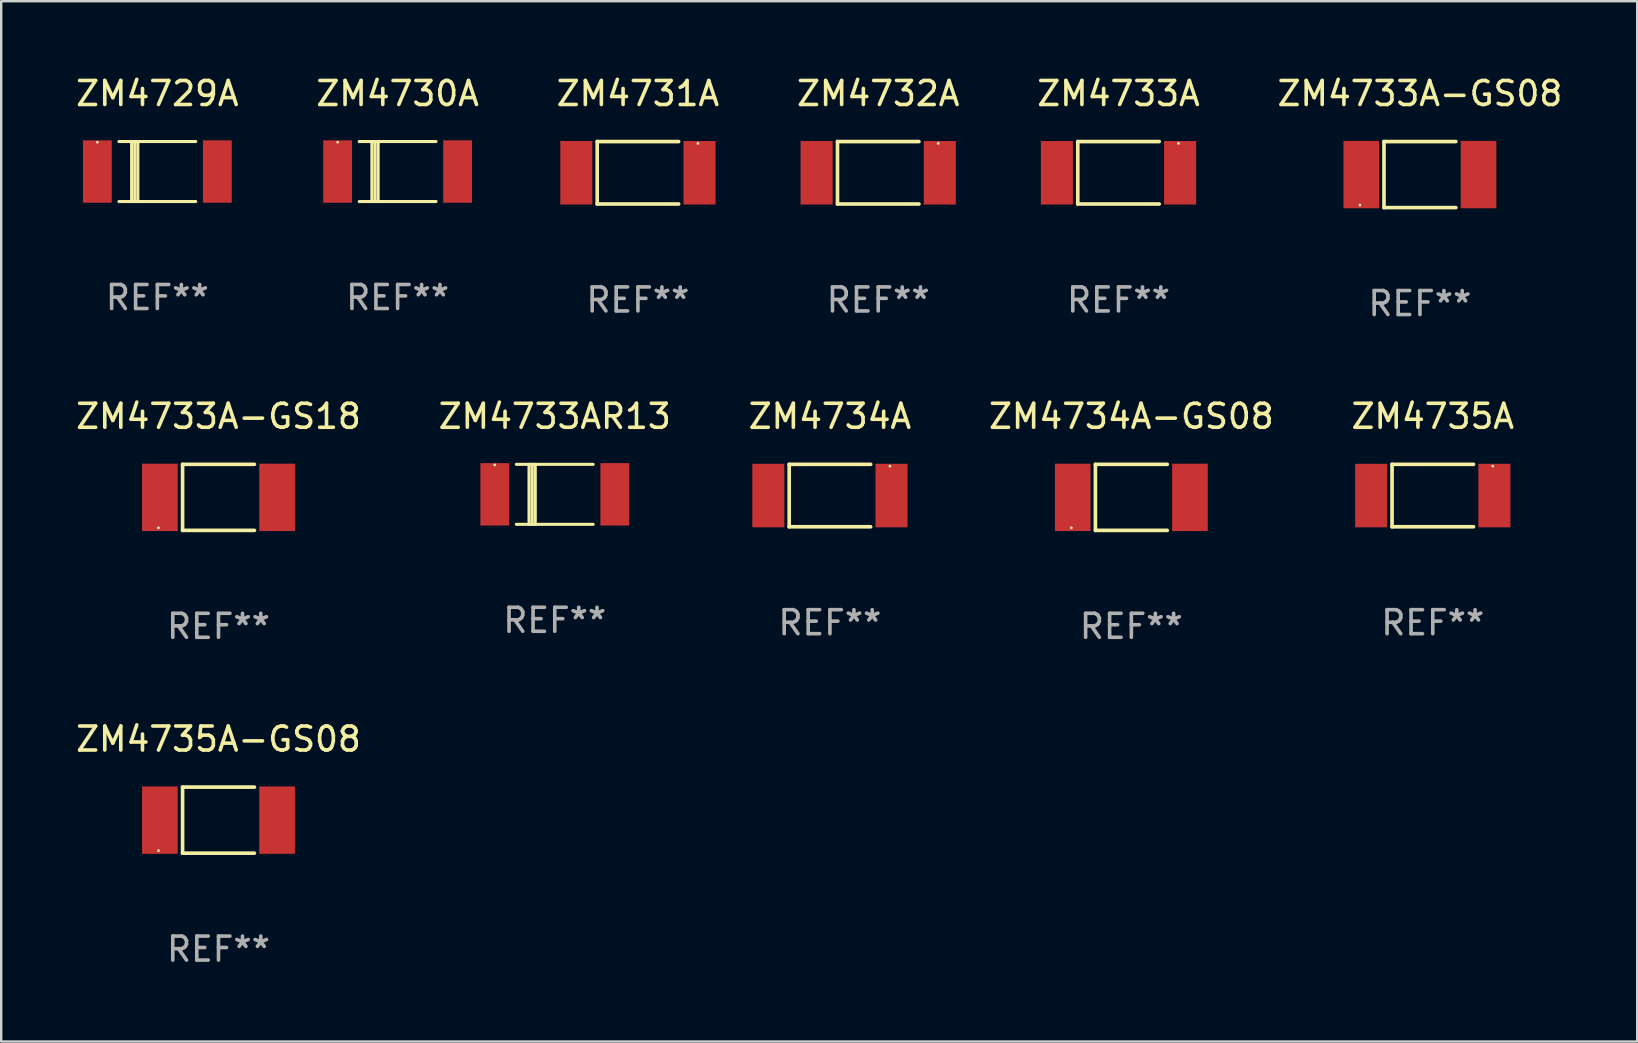
<source format=kicad_pcb>
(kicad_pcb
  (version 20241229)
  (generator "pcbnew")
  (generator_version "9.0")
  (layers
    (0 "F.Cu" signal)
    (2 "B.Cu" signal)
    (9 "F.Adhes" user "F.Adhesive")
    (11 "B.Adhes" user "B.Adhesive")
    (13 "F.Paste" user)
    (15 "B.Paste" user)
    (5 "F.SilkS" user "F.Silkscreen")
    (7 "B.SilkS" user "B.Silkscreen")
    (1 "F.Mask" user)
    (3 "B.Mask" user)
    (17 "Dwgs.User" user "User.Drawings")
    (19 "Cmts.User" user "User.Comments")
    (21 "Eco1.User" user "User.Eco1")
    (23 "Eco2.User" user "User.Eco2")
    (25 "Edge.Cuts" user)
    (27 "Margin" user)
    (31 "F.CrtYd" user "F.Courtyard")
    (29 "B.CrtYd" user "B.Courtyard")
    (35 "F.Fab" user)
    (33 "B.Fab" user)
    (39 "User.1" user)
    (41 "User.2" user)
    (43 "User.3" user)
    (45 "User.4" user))
  (footprint "ZM4733A-GS08"
    (layer "F.Cu")
    (at 56.113 4.224)
    (property "Reference" "ZM4733A-GS08" (at 0 -3.376 0) (layer "F.SilkS") (effects (font (size 1 1) (thickness 0.15))))
    (attr through_hole)
    (fp_line (start -1.497 -1.376) (end -1.497 1.376) (stroke (width 0.152) (type solid)) (layer "F.SilkS"))
    (fp_line (start -1.497 -1.376) (end 1.497 -1.376) (stroke (width 0.152) (type solid)) (layer "F.SilkS"))
    (fp_line (start -1.497 1.376) (end 1.497 1.376) (stroke (width 0.152) (type solid)) (layer "F.SilkS"))
    (fp_circle (center -2.5 1.27) (end -2.47 1.27) (stroke (width 0.06) (type solid)) (fill no) (layer "F.SilkS"))
    (fp_text user "REF**" (at 0 5.376 0) (layer "F.Fab") (effects (font (size 1 1) (thickness 0.15))))
    (pad "1" smd rect (at -2.442 0 180) (size 1.485 2.808) (layers "F.Cu" "F.Mask" "F.Paste"))
    (pad "2" smd rect (at 2.442 0 180) (size 1.485 2.808) (layers "F.Cu" "F.Mask" "F.Paste")))
  (footprint "ZM4735A-GS08"
    (layer "F.Cu")
    (at 6.054 31.122)
    (property "Reference" "ZM4735A-GS08" (at 0 -3.376 0) (layer "F.SilkS") (effects (font (size 1 1) (thickness 0.15))))
    (attr through_hole)
    (fp_line (start -1.497 -1.376) (end -1.497 1.376) (stroke (width 0.152) (type solid)) (layer "F.SilkS"))
    (fp_line (start -1.497 -1.376) (end 1.497 -1.376) (stroke (width 0.152) (type solid)) (layer "F.SilkS"))
    (fp_line (start -1.497 1.376) (end 1.497 1.376) (stroke (width 0.152) (type solid)) (layer "F.SilkS"))
    (fp_circle (center -2.5 1.27) (end -2.47 1.27) (stroke (width 0.06) (type solid)) (fill no) (layer "F.SilkS"))
    (fp_text user "REF**" (at 0 5.376 0) (layer "F.Fab") (effects (font (size 1 1) (thickness 0.15))))
    (pad "1" smd rect (at -2.442 0 180) (size 1.485 2.808) (layers "F.Cu" "F.Mask" "F.Paste"))
    (pad "2" smd rect (at 2.442 0 180) (size 1.485 2.808) (layers "F.Cu" "F.Mask" "F.Paste")))
  (footprint "ZM4735A"
    (layer "F.Cu")
    (at 56.649 17.598)
    (property "Reference" "ZM4735A" (at 0 -3.301 0) (layer "F.SilkS") (effects (font (size 1 1) (thickness 0.15))))
    (attr through_hole)
    (fp_line (start -1.697 -1.301) (end -1.697 1.301) (stroke (width 0.152) (type solid)) (layer "F.SilkS"))
    (fp_line (start -1.697 -1.301) (end 1.697 -1.301) (stroke (width 0.152) (type solid)) (layer "F.SilkS"))
    (fp_line (start -1.697 1.301) (end 1.697 1.301) (stroke (width 0.152) (type solid)) (layer "F.SilkS"))
    (fp_circle (center 2.5 -1.225) (end 2.53 -1.225) (stroke (width 0.06) (type solid)) (fill no) (layer "F.SilkS"))
    (fp_text user "REF**" (at 0 5.301 0) (layer "F.Fab") (effects (font (size 1 1) (thickness 0.15))))
    (pad "1" smd rect (at 2.567 0) (size 1.335 2.646) (layers "F.Cu" "F.Mask" "F.Paste"))
    (pad "2" smd rect (at -2.567 0) (size 1.335 2.646) (layers "F.Cu" "F.Mask" "F.Paste")))
  (footprint "ZM4733AR13"
    (layer "F.Cu")
    (at 20.065 17.547)
    (property "Reference" "ZM4733AR13" (at 0 -3.25 0) (layer "F.SilkS") (effects (font (size 1 1) (thickness 0.15))))
    (attr through_hole)
    (fp_line (start -1.6 -1.25) (end 1.6 -1.25) (stroke (width 0.129) (type solid)) (layer "F.SilkS"))
    (fp_line (start -1.6 1.25) (end 1.6 1.25) (stroke (width 0.129) (type solid)) (layer "F.SilkS"))
    (fp_line (start -1.072 -1.25) (end -1.072 1.25) (stroke (width 0.129) (type solid)) (layer "F.SilkS"))
    (fp_line (start -0.942 -1.25) (end -0.942 1.25) (stroke (width 0.129) (type solid)) (layer "F.SilkS"))
    (fp_line (start -0.813 -1.25) (end -0.813 1.25) (stroke (width 0.129) (type solid)) (layer "F.SilkS"))
    (fp_circle (center -2.5 -1.225) (end -2.47 -1.225) (stroke (width 0.06) (type solid)) (fill no) (layer "F.SilkS"))
    (fp_text user "REF**" (at 0 5.25 0) (layer "F.Fab") (effects (font (size 1 1) (thickness 0.15))))
    (pad "1" smd rect (at -2.5 0 180) (size 1.2 2.6) (layers "F.Cu" "F.Mask" "F.Paste"))
    (pad "2" smd rect (at 2.5 0 180) (size 1.2 2.6) (layers "F.Cu" "F.Mask" "F.Paste")))
  (footprint "ZM4733A-GS18"
    (layer "F.Cu")
    (at 6.054 17.673)
    (property "Reference" "ZM4733A-GS18" (at 0 -3.376 0) (layer "F.SilkS") (effects (font (size 1 1) (thickness 0.15))))
    (attr through_hole)
    (fp_line (start -1.497 -1.376) (end -1.497 1.376) (stroke (width 0.152) (type solid)) (layer "F.SilkS"))
    (fp_line (start -1.497 -1.376) (end 1.497 -1.376) (stroke (width 0.152) (type solid)) (layer "F.SilkS"))
    (fp_line (start -1.497 1.376) (end 1.497 1.376) (stroke (width 0.152) (type solid)) (layer "F.SilkS"))
    (fp_circle (center -2.5 1.27) (end -2.47 1.27) (stroke (width 0.06) (type solid)) (fill no) (layer "F.SilkS"))
    (fp_text user "REF**" (at 0 5.376 0) (layer "F.Fab") (effects (font (size 1 1) (thickness 0.15))))
    (pad "1" smd rect (at -2.442 0 180) (size 1.485 2.808) (layers "F.Cu" "F.Mask" "F.Paste"))
    (pad "2" smd rect (at 2.442 0 180) (size 1.485 2.808) (layers "F.Cu" "F.Mask" "F.Paste")))
  (footprint "ZM4734A"
    (layer "F.Cu")
    (at 31.53 17.598)
    (property "Reference" "ZM4734A" (at 0 -3.301 0) (layer "F.SilkS") (effects (font (size 1 1) (thickness 0.15))))
    (attr through_hole)
    (fp_line (start -1.697 -1.301) (end -1.697 1.301) (stroke (width 0.152) (type solid)) (layer "F.SilkS"))
    (fp_line (start -1.697 -1.301) (end 1.697 -1.301) (stroke (width 0.152) (type solid)) (layer "F.SilkS"))
    (fp_line (start -1.697 1.301) (end 1.697 1.301) (stroke (width 0.152) (type solid)) (layer "F.SilkS"))
    (fp_circle (center 2.5 -1.225) (end 2.53 -1.225) (stroke (width 0.06) (type solid)) (fill no) (layer "F.SilkS"))
    (fp_text user "REF**" (at 0 5.301 0) (layer "F.Fab") (effects (font (size 1 1) (thickness 0.15))))
    (pad "1" smd rect (at 2.567 0) (size 1.335 2.646) (layers "F.Cu" "F.Mask" "F.Paste"))
    (pad "2" smd rect (at -2.567 0) (size 1.335 2.646) (layers "F.Cu" "F.Mask" "F.Paste")))
  (footprint "ZM4733A"
    (layer "F.Cu")
    (at 43.554 4.149)
    (property "Reference" "ZM4733A" (at 0 -3.301 0) (layer "F.SilkS") (effects (font (size 1 1) (thickness 0.15))))
    (attr through_hole)
    (fp_line (start -1.697 -1.301) (end -1.697 1.301) (stroke (width 0.152) (type solid)) (layer "F.SilkS"))
    (fp_line (start -1.697 -1.301) (end 1.697 -1.301) (stroke (width 0.152) (type solid)) (layer "F.SilkS"))
    (fp_line (start -1.697 1.301) (end 1.697 1.301) (stroke (width 0.152) (type solid)) (layer "F.SilkS"))
    (fp_circle (center 2.5 -1.225) (end 2.53 -1.225) (stroke (width 0.06) (type solid)) (fill no) (layer "F.SilkS"))
    (fp_text user "REF**" (at 0 5.301 0) (layer "F.Fab") (effects (font (size 1 1) (thickness 0.15))))
    (pad "1" smd rect (at 2.567 0) (size 1.335 2.646) (layers "F.Cu" "F.Mask" "F.Paste"))
    (pad "2" smd rect (at -2.567 0) (size 1.335 2.646) (layers "F.Cu" "F.Mask" "F.Paste")))
  (footprint "ZM4732A"
    (layer "F.Cu")
    (at 33.542 4.149)
    (property "Reference" "ZM4732A" (at 0 -3.301 0) (layer "F.SilkS") (effects (font (size 1 1) (thickness 0.15))))
    (attr through_hole)
    (fp_line (start -1.697 -1.301) (end -1.697 1.301) (stroke (width 0.152) (type solid)) (layer "F.SilkS"))
    (fp_line (start -1.697 -1.301) (end 1.697 -1.301) (stroke (width 0.152) (type solid)) (layer "F.SilkS"))
    (fp_line (start -1.697 1.301) (end 1.697 1.301) (stroke (width 0.152) (type solid)) (layer "F.SilkS"))
    (fp_circle (center 2.5 -1.225) (end 2.53 -1.225) (stroke (width 0.06) (type solid)) (fill no) (layer "F.SilkS"))
    (fp_text user "REF**" (at 0 5.301 0) (layer "F.Fab") (effects (font (size 1 1) (thickness 0.15))))
    (pad "1" smd rect (at 2.567 0) (size 1.335 2.646) (layers "F.Cu" "F.Mask" "F.Paste"))
    (pad "2" smd rect (at -2.567 0) (size 1.335 2.646) (layers "F.Cu" "F.Mask" "F.Paste")))
  (footprint "ZM4734A-GS08"
    (layer "F.Cu")
    (at 44.089 17.673)
    (property "Reference" "ZM4734A-GS08" (at 0 -3.376 0) (layer "F.SilkS") (effects (font (size 1 1) (thickness 0.15))))
    (attr through_hole)
    (fp_line (start -1.497 -1.376) (end -1.497 1.376) (stroke (width 0.152) (type solid)) (layer "F.SilkS"))
    (fp_line (start -1.497 -1.376) (end 1.497 -1.376) (stroke (width 0.152) (type solid)) (layer "F.SilkS"))
    (fp_line (start -1.497 1.376) (end 1.497 1.376) (stroke (width 0.152) (type solid)) (layer "F.SilkS"))
    (fp_circle (center -2.5 1.27) (end -2.47 1.27) (stroke (width 0.06) (type solid)) (fill no) (layer "F.SilkS"))
    (fp_text user "REF**" (at 0 5.376 0) (layer "F.Fab") (effects (font (size 1 1) (thickness 0.15))))
    (pad "1" smd rect (at -2.442 0 180) (size 1.485 2.808) (layers "F.Cu" "F.Mask" "F.Paste"))
    (pad "2" smd rect (at 2.442 0 180) (size 1.485 2.808) (layers "F.Cu" "F.Mask" "F.Paste")))
  (footprint "ZM4729A"
    (layer "F.Cu")
    (at 3.506 4.098)
    (property "Reference" "ZM4729A" (at 0 -3.25 0) (layer "F.SilkS") (effects (font (size 1 1) (thickness 0.15))))
    (attr through_hole)
    (fp_line (start -1.6 -1.25) (end 1.6 -1.25) (stroke (width 0.129) (type solid)) (layer "F.SilkS"))
    (fp_line (start -1.6 1.25) (end 1.6 1.25) (stroke (width 0.129) (type solid)) (layer "F.SilkS"))
    (fp_line (start -1.072 -1.25) (end -1.072 1.25) (stroke (width 0.129) (type solid)) (layer "F.SilkS"))
    (fp_line (start -0.942 -1.25) (end -0.942 1.25) (stroke (width 0.129) (type solid)) (layer "F.SilkS"))
    (fp_line (start -0.813 -1.25) (end -0.813 1.25) (stroke (width 0.129) (type solid)) (layer "F.SilkS"))
    (fp_circle (center -2.5 -1.225) (end -2.47 -1.225) (stroke (width 0.06) (type solid)) (fill no) (layer "F.SilkS"))
    (fp_text user "REF**" (at 0 5.25 0) (layer "F.Fab") (effects (font (size 1 1) (thickness 0.15))))
    (pad "1" smd rect (at -2.5 0 180) (size 1.2 2.6) (layers "F.Cu" "F.Mask" "F.Paste"))
    (pad "2" smd rect (at 2.5 0 180) (size 1.2 2.6) (layers "F.Cu" "F.Mask" "F.Paste")))
  (footprint "ZM4730A"
    (layer "F.Cu")
    (at 13.518 4.098)
    (property "Reference" "ZM4730A" (at 0 -3.25 0) (layer "F.SilkS") (effects (font (size 1 1) (thickness 0.15))))
    (attr through_hole)
    (fp_line (start -1.6 -1.25) (end 1.6 -1.25) (stroke (width 0.129) (type solid)) (layer "F.SilkS"))
    (fp_line (start -1.6 1.25) (end 1.6 1.25) (stroke (width 0.129) (type solid)) (layer "F.SilkS"))
    (fp_line (start -1.072 -1.25) (end -1.072 1.25) (stroke (width 0.129) (type solid)) (layer "F.SilkS"))
    (fp_line (start -0.942 -1.25) (end -0.942 1.25) (stroke (width 0.129) (type solid)) (layer "F.SilkS"))
    (fp_line (start -0.813 -1.25) (end -0.813 1.25) (stroke (width 0.129) (type solid)) (layer "F.SilkS"))
    (fp_circle (center -2.5 -1.225) (end -2.47 -1.225) (stroke (width 0.06) (type solid)) (fill no) (layer "F.SilkS"))
    (fp_text user "REF**" (at 0 5.25 0) (layer "F.Fab") (effects (font (size 1 1) (thickness 0.15))))
    (pad "1" smd rect (at -2.5 0 180) (size 1.2 2.6) (layers "F.Cu" "F.Mask" "F.Paste"))
    (pad "2" smd rect (at 2.5 0 180) (size 1.2 2.6) (layers "F.Cu" "F.Mask" "F.Paste")))
  (footprint "ZM4731A"
    (layer "F.Cu")
    (at 23.53 4.149)
    (property "Reference" "ZM4731A" (at 0 -3.301 0) (layer "F.SilkS") (effects (font (size 1 1) (thickness 0.15))))
    (attr through_hole)
    (fp_line (start -1.697 -1.301) (end -1.697 1.301) (stroke (width 0.152) (type solid)) (layer "F.SilkS"))
    (fp_line (start -1.697 -1.301) (end 1.697 -1.301) (stroke (width 0.152) (type solid)) (layer "F.SilkS"))
    (fp_line (start -1.697 1.301) (end 1.697 1.301) (stroke (width 0.152) (type solid)) (layer "F.SilkS"))
    (fp_circle (center 2.5 -1.225) (end 2.53 -1.225) (stroke (width 0.06) (type solid)) (fill no) (layer "F.SilkS"))
    (fp_text user "REF**" (at 0 5.301 0) (layer "F.Fab") (effects (font (size 1 1) (thickness 0.15))))
    (pad "1" smd rect (at 2.567 0) (size 1.335 2.646) (layers "F.Cu" "F.Mask" "F.Paste"))
    (pad "2" smd rect (at -2.567 0) (size 1.335 2.646) (layers "F.Cu" "F.Mask" "F.Paste")))
  (gr_rect
    (start -3 -3)
    (end 65.167 40.347)
    (stroke (width 0.1) (type default))
    (fill no)
    (layer "Edge.Cuts")))
</source>
